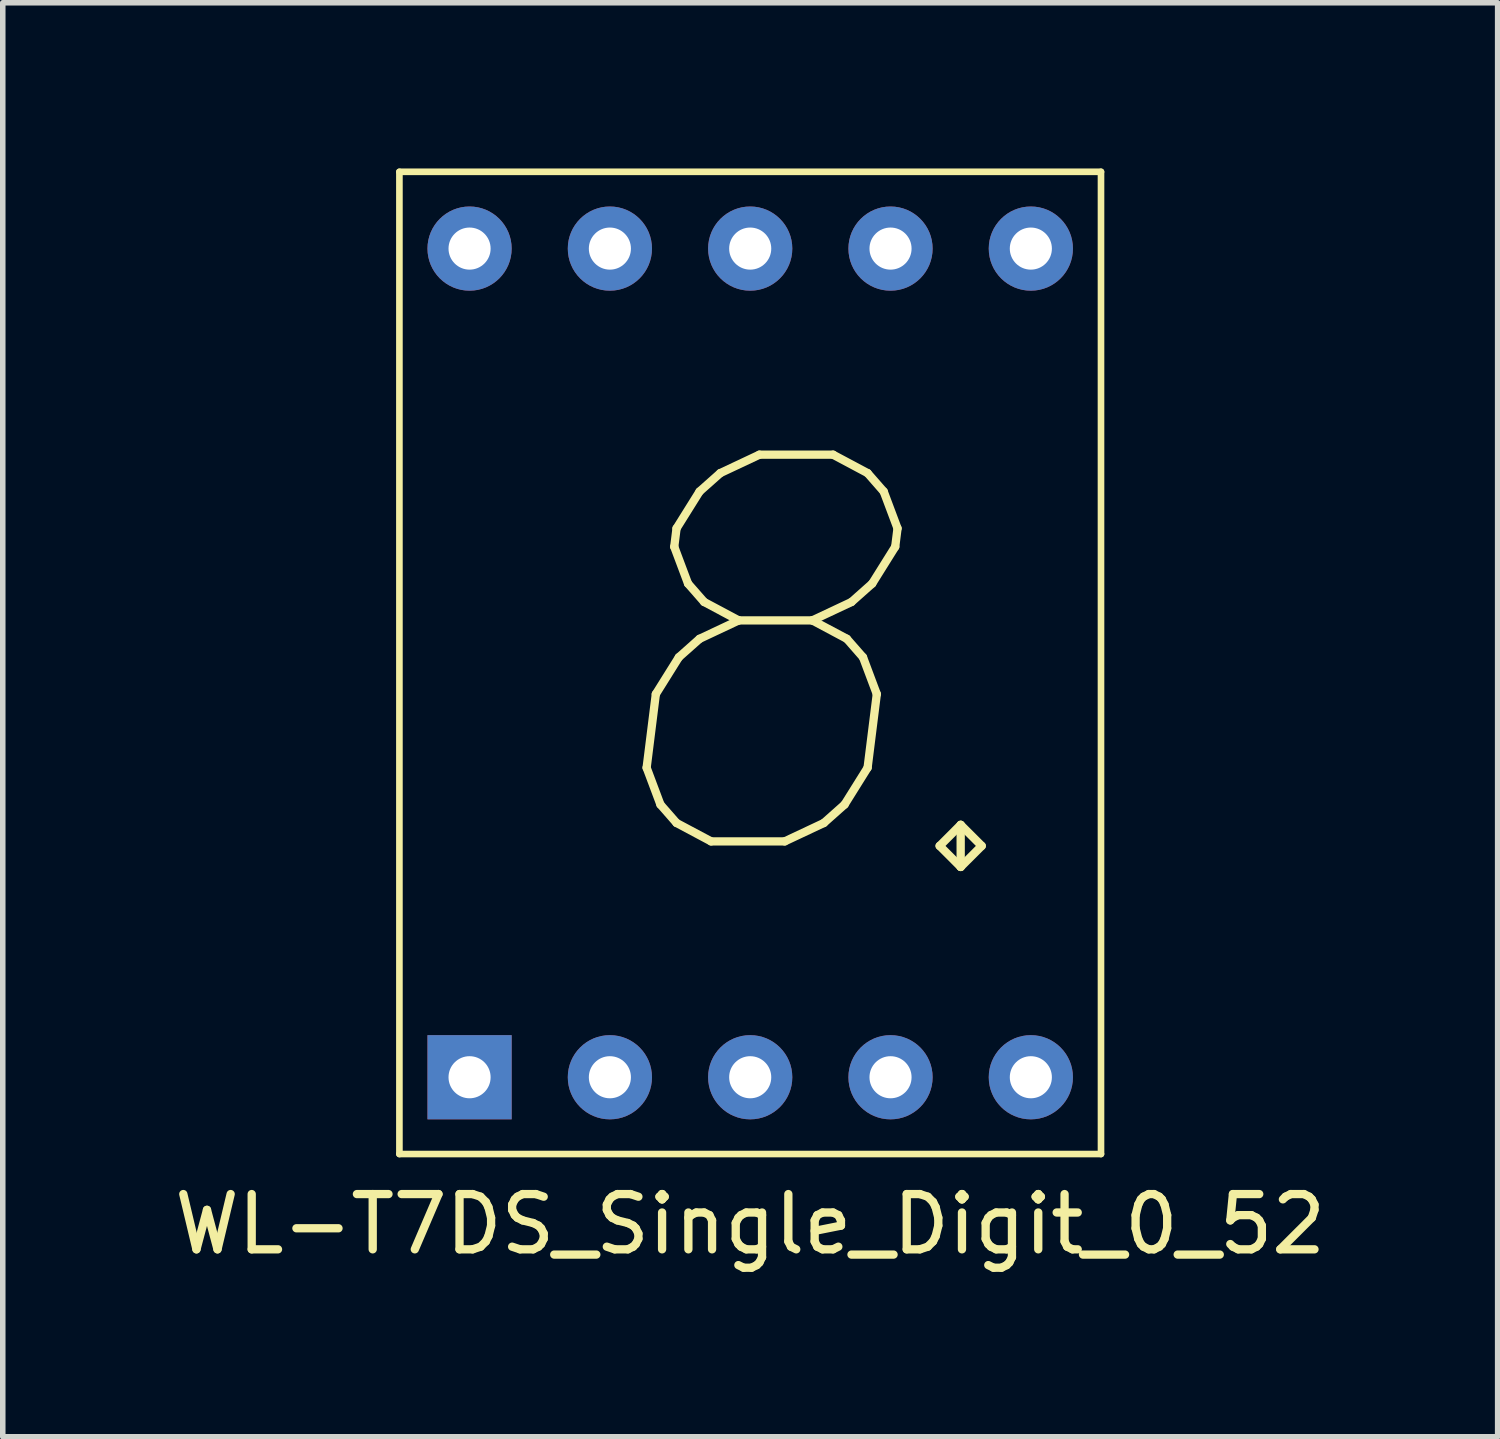
<source format=kicad_pcb>
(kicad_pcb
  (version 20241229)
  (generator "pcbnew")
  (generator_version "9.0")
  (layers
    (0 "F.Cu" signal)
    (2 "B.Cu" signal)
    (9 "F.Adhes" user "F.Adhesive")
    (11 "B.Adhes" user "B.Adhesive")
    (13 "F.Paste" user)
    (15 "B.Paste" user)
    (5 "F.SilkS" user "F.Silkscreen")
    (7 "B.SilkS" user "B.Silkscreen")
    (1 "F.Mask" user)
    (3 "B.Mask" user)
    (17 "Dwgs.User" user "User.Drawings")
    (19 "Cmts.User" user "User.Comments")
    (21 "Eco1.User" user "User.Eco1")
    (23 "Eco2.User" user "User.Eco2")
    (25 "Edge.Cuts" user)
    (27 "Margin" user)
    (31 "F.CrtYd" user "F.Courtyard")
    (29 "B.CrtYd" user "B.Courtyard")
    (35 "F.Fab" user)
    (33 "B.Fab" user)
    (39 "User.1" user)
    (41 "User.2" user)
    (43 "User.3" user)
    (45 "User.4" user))
  (footprint "WL-T7DS_Single_Digit_0_52"
    (layer "F.Cu")
    (at 10.53 8.95)
    (property "Reference" "WL-T7DS_Single_Digit_0_52" (at 0 10.16 0) (layer "F.SilkS") (effects (font (size 1 1) (thickness 0.15))))
    (attr through_hole)
    (fp_line (start -6.35 -8.89) (end -6.35 8.89) (stroke (width 0.12) (type solid)) (layer "F.SilkS"))
    (fp_line (start -6.35 8.89) (end 6.35 8.89) (stroke (width 0.12) (type solid)) (layer "F.SilkS"))
    (fp_line (start 6.35 -8.89) (end -6.35 -8.89) (stroke (width 0.12) (type solid)) (layer "F.SilkS"))
    (fp_line (start 6.35 8.89) (end 6.35 -8.89) (stroke (width 0.12) (type solid)) (layer "F.SilkS"))
    (fp_text user "." (at 3.81 0 0) (layer "F.SilkS") (effects (font (size 8 8) (thickness 0.15))))
    (fp_text user "8" (at 0 0 0) (layer "F.SilkS") (effects (font (size 7 7) (thickness 0.15) (italic yes))))
    (pad "1" thru_hole rect (at -5.08 7.5) (size 1.524 1.524) (drill 0.762) (layers "*.Cu" "*.Mask"))
    (pad "2" thru_hole circle (at -2.54 7.5) (size 1.524 1.524) (drill 0.762) (layers "*.Cu" "*.Mask"))
    (pad "3" thru_hole circle (at 0 7.5) (size 1.524 1.524) (drill 0.762) (layers "*.Cu" "*.Mask"))
    (pad "4" thru_hole circle (at 2.54 7.5) (size 1.524 1.524) (drill 0.762) (layers "*.Cu" "*.Mask"))
    (pad "5" thru_hole circle (at 5.08 7.5) (size 1.524 1.524) (drill 0.762) (layers "*.Cu" "*.Mask"))
    (pad "6" thru_hole circle (at 5.08 -7.5) (size 1.524 1.524) (drill 0.762) (layers "*.Cu" "*.Mask"))
    (pad "7" thru_hole circle (at 2.54 -7.5) (size 1.524 1.524) (drill 0.762) (layers "*.Cu" "*.Mask"))
    (pad "8" thru_hole circle (at 0 -7.5) (size 1.524 1.524) (drill 0.762) (layers "*.Cu" "*.Mask"))
    (pad "9" thru_hole circle (at -2.54 -7.5) (size 1.524 1.524) (drill 0.762) (layers "*.Cu" "*.Mask"))
    (pad "10" thru_hole circle (at -5.08 -7.5) (size 1.524 1.524) (drill 0.762) (layers "*.Cu" "*.Mask")))
  (gr_rect
    (start -3 -3)
    (end 24.06 22.958)
    (stroke (width 0.1) (type default))
    (fill no)
    (layer "Edge.Cuts")))
</source>
